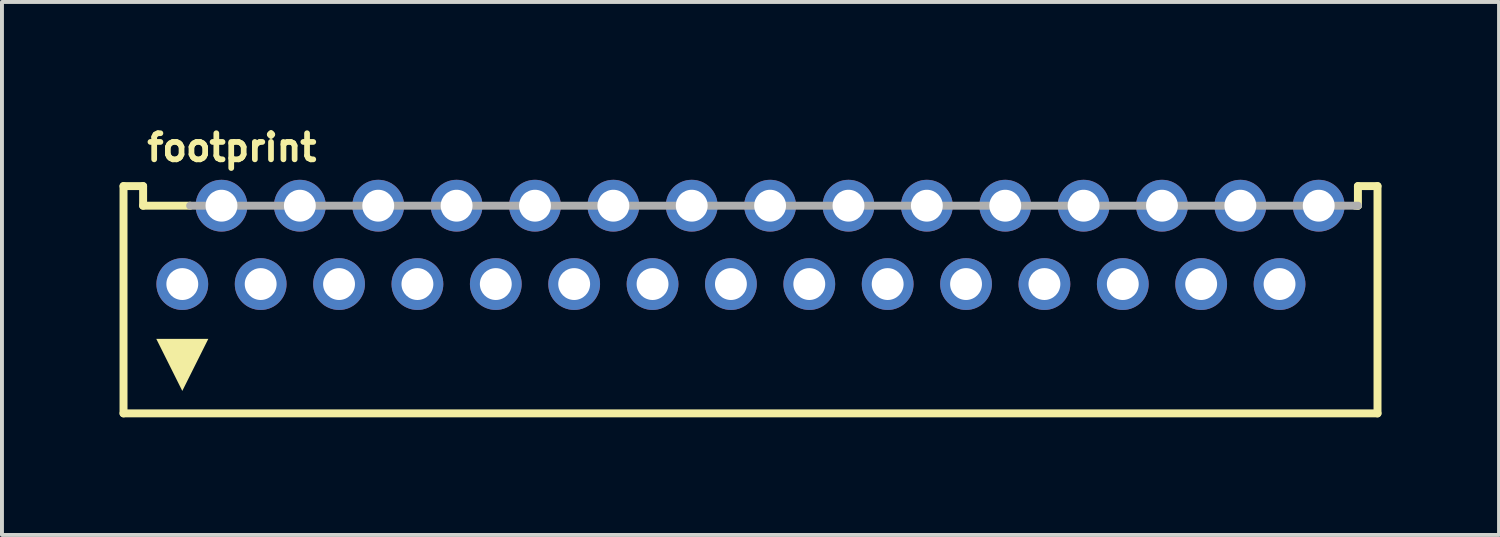
<source format=kicad_pcb>
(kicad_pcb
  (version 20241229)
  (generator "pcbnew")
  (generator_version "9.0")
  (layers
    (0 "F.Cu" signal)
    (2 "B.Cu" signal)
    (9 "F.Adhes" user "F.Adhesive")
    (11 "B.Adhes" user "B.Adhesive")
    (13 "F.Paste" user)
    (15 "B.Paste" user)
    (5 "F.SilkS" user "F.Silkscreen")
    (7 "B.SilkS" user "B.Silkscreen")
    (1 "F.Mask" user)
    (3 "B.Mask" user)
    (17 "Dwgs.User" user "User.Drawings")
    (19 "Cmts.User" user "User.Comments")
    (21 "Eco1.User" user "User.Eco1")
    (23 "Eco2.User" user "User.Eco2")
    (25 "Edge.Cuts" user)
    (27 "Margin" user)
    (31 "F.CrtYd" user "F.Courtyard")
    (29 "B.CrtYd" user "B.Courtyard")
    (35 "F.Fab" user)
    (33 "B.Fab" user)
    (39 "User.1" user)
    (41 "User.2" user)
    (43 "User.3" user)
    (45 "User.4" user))
  (footprint "footprint"
    (layer "F.Cu")
    (at 16.102 4.199)
    (property "Reference" "footprint" (at -15.472 -3.094 0) (layer "F.SilkS") (effects (font (size 0.666 0.666) (thickness 0.146)) (justify left bottom)))
    (fp_line (start -16 -2.5) (end -16 3.3) (stroke (width 0.203) (type solid)) (layer "F.SilkS"))
    (fp_line (start -16 3.3) (end 16 3.3) (stroke (width 0.203) (type solid)) (layer "F.SilkS"))
    (fp_line (start -15.5 -2.5) (end -16 -2.5) (stroke (width 0.203) (type solid)) (layer "F.SilkS"))
    (fp_line (start -15.5 -2) (end -15.5 -2.5) (stroke (width 0.203) (type solid)) (layer "F.SilkS"))
    (fp_line (start -15.5 -2) (end -14.3 -2) (stroke (width 0.203) (type solid)) (layer "F.SilkS"))
    (fp_line (start 15.43 -2) (end 15.5 -2) (stroke (width 0.203) (type solid)) (layer "F.SilkS"))
    (fp_line (start 15.5 -2.5) (end 16 -2.5) (stroke (width 0.203) (type solid)) (layer "F.SilkS"))
    (fp_line (start 15.5 -2) (end 15.5 -2.5) (stroke (width 0.203) (type solid)) (layer "F.SilkS"))
    (fp_line (start 16 -2.5) (end 16 3.3) (stroke (width 0.203) (type solid)) (layer "F.SilkS"))
    (fp_poly (pts (xy -14.5 2.727) (xy -15.164 1.398) (xy -13.836 1.398)) (stroke (width 0) (type solid)) (fill yes) (layer "F.SilkS"))
    (fp_line (start -14.3 -2) (end 15.5 -2) (stroke (width 0.203) (type solid)) (layer "F.Fab"))
    (pad "1" thru_hole circle (at -14.5 0) (size 1.321 1.321) (drill 0.813) (layers "*.Cu" "*.Mask"))
    (pad "2" thru_hole circle (at -13.5 -2) (size 1.321 1.321) (drill 0.813) (layers "*.Cu" "*.Mask"))
    (pad "3" thru_hole circle (at -12.5 0) (size 1.321 1.321) (drill 0.813) (layers "*.Cu" "*.Mask"))
    (pad "4" thru_hole circle (at -11.5 -2) (size 1.321 1.321) (drill 0.813) (layers "*.Cu" "*.Mask"))
    (pad "5" thru_hole circle (at -10.5 0) (size 1.321 1.321) (drill 0.813) (layers "*.Cu" "*.Mask"))
    (pad "6" thru_hole circle (at -9.5 -2) (size 1.321 1.321) (drill 0.813) (layers "*.Cu" "*.Mask"))
    (pad "7" thru_hole circle (at -8.5 0) (size 1.321 1.321) (drill 0.813) (layers "*.Cu" "*.Mask"))
    (pad "8" thru_hole circle (at -7.5 -2) (size 1.321 1.321) (drill 0.813) (layers "*.Cu" "*.Mask"))
    (pad "9" thru_hole circle (at -6.5 0) (size 1.321 1.321) (drill 0.813) (layers "*.Cu" "*.Mask"))
    (pad "10" thru_hole circle (at -5.5 -2) (size 1.321 1.321) (drill 0.813) (layers "*.Cu" "*.Mask"))
    (pad "11" thru_hole circle (at -4.5 0) (size 1.321 1.321) (drill 0.813) (layers "*.Cu" "*.Mask"))
    (pad "12" thru_hole circle (at -3.5 -2) (size 1.321 1.321) (drill 0.813) (layers "*.Cu" "*.Mask"))
    (pad "13" thru_hole circle (at -2.5 0) (size 1.321 1.321) (drill 0.813) (layers "*.Cu" "*.Mask"))
    (pad "14" thru_hole circle (at -1.5 -2) (size 1.321 1.321) (drill 0.813) (layers "*.Cu" "*.Mask"))
    (pad "15" thru_hole circle (at -0.5 0) (size 1.321 1.321) (drill 0.813) (layers "*.Cu" "*.Mask"))
    (pad "16" thru_hole circle (at 0.5 -2) (size 1.321 1.321) (drill 0.813) (layers "*.Cu" "*.Mask"))
    (pad "17" thru_hole circle (at 1.5 0) (size 1.321 1.321) (drill 0.813) (layers "*.Cu" "*.Mask"))
    (pad "18" thru_hole circle (at 2.5 -2) (size 1.321 1.321) (drill 0.813) (layers "*.Cu" "*.Mask"))
    (pad "19" thru_hole circle (at 3.5 0) (size 1.321 1.321) (drill 0.813) (layers "*.Cu" "*.Mask"))
    (pad "20" thru_hole circle (at 4.5 -2) (size 1.321 1.321) (drill 0.813) (layers "*.Cu" "*.Mask"))
    (pad "21" thru_hole circle (at 5.5 0) (size 1.321 1.321) (drill 0.813) (layers "*.Cu" "*.Mask"))
    (pad "22" thru_hole circle (at 6.5 -2) (size 1.321 1.321) (drill 0.813) (layers "*.Cu" "*.Mask"))
    (pad "23" thru_hole circle (at 7.5 0) (size 1.321 1.321) (drill 0.813) (layers "*.Cu" "*.Mask"))
    (pad "24" thru_hole circle (at 8.5 -2) (size 1.321 1.321) (drill 0.813) (layers "*.Cu" "*.Mask"))
    (pad "25" thru_hole circle (at 9.5 0) (size 1.321 1.321) (drill 0.813) (layers "*.Cu" "*.Mask"))
    (pad "26" thru_hole circle (at 10.5 -2) (size 1.321 1.321) (drill 0.813) (layers "*.Cu" "*.Mask"))
    (pad "27" thru_hole circle (at 11.5 0) (size 1.321 1.321) (drill 0.813) (layers "*.Cu" "*.Mask"))
    (pad "28" thru_hole circle (at 12.5 -2) (size 1.321 1.321) (drill 0.813) (layers "*.Cu" "*.Mask"))
    (pad "29" thru_hole circle (at 13.5 0) (size 1.321 1.321) (drill 0.813) (layers "*.Cu" "*.Mask"))
    (pad "30" thru_hole circle (at 14.5 -2) (size 1.321 1.321) (drill 0.813) (layers "*.Cu" "*.Mask")))
  (gr_rect
    (start -3 -3)
    (end 35.203 10.601)
    (stroke (width 0.1) (type default))
    (fill no)
    (layer "Edge.Cuts")))
</source>
